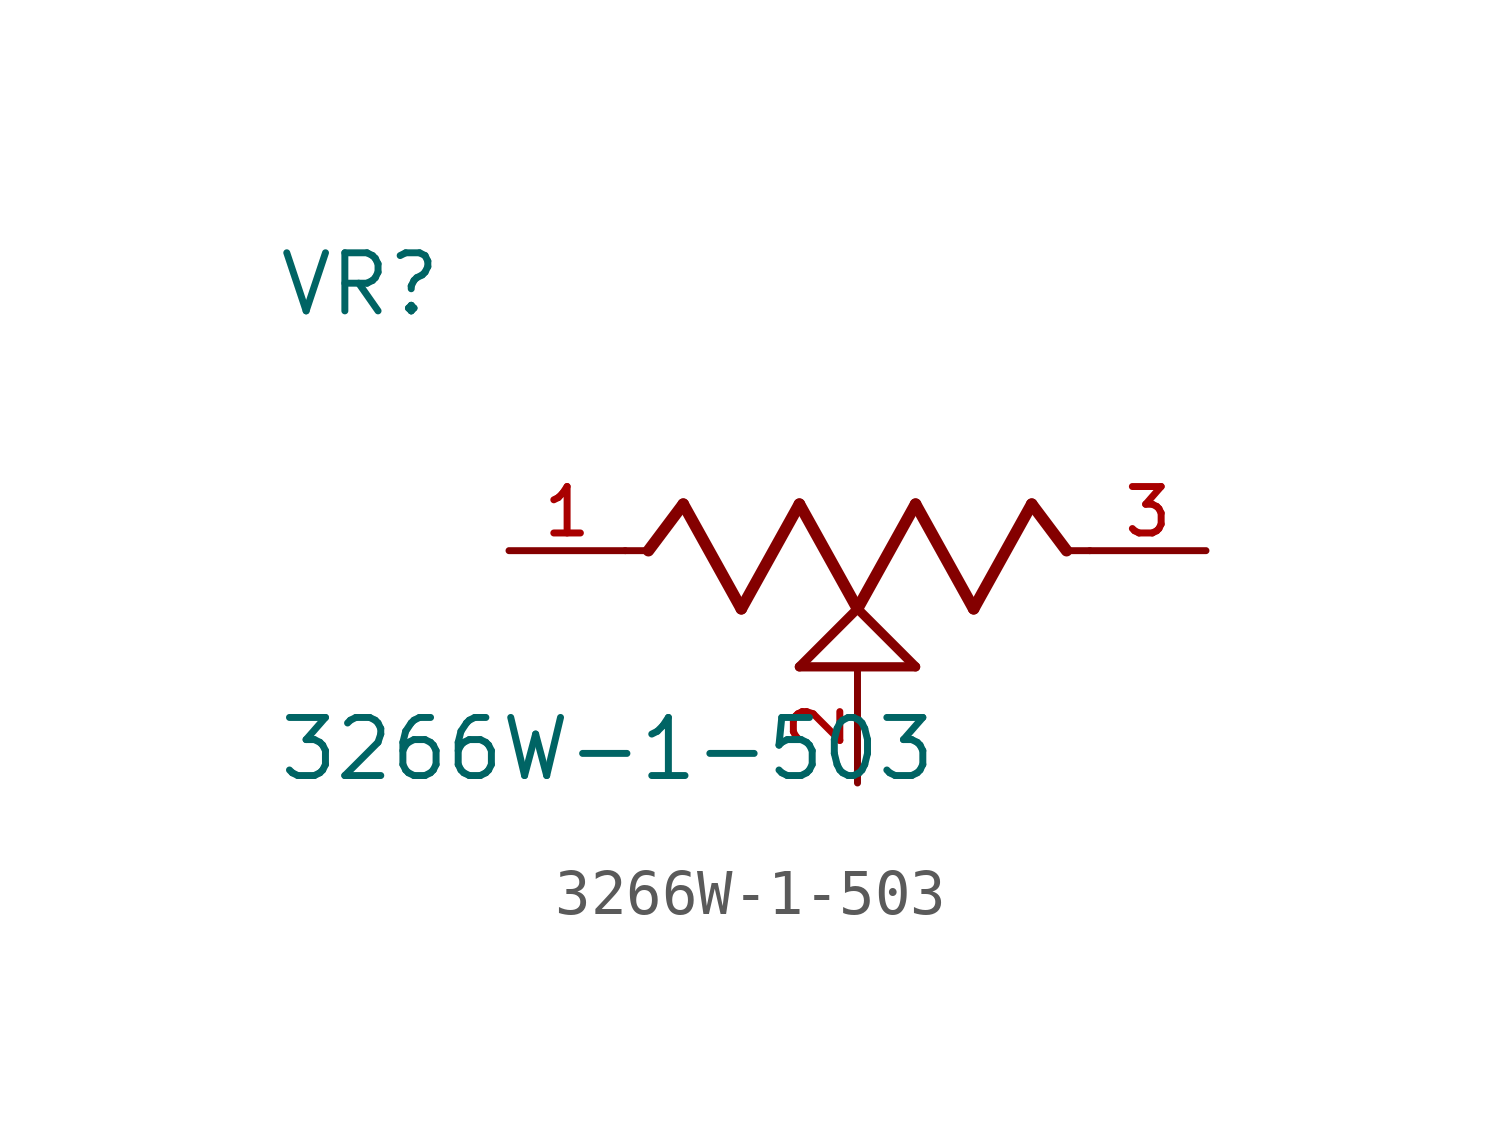
<source format=kicad_sym>
(kicad_symbol_lib
  (version 20211014)
  (generator kicad_symbol_editor)
  (symbol "3266W-1-503"
    (pin_names
      (offset 1.016))
    (property "Reference" "VR"
      (at -12.701 5.08 0)
      (effects (font (size 1.27 1.27)) (justify bottom left)))
    (property "Value" "3266W-1-503"
      (at -12.702 -5.081 0)
      (effects (font (size 1.27 1.27)) (justify bottom left)))
    (symbol "3266W-1-503_0_0"
      (polyline (pts (xy -5.08 0.0) (xy -4.572 0.0)) (stroke (width 0.152)))
      (polyline (pts (xy -4.572 0.0) (xy -3.81 1.016)) (stroke (width 0.254)))
      (polyline (pts (xy -3.81 1.016) (xy -2.54 -1.27)) (stroke (width 0.254)))
      (polyline (pts (xy -2.54 -1.27) (xy -1.27 1.016)) (stroke (width 0.254)))
      (polyline (pts (xy -1.27 1.016) (xy 0.0 -1.27)) (stroke (width 0.254)))
      (polyline (pts (xy 0.0 -1.27) (xy 1.27 1.016)) (stroke (width 0.254)))
      (polyline (pts (xy 1.27 1.016) (xy 2.54 -1.27)) (stroke (width 0.254)))
      (polyline (pts (xy 2.54 -1.27) (xy 3.81 1.016)) (stroke (width 0.254)))
      (polyline (pts (xy 3.81 1.016) (xy 4.572 0.0)) (stroke (width 0.254)))
      (polyline (pts (xy 4.572 0.0) (xy 5.08 0.0)) (stroke (width 0.152)))
      (polyline (pts (xy 0.0 -1.27) (xy 1.27 -2.54)) (stroke (width 0.203)))
      (polyline (pts (xy -1.27 -2.54) (xy 0.0 -1.27)) (stroke (width 0.203)))
      (polyline (pts (xy 1.27 -2.54) (xy -1.27 -2.54)) (stroke (width 0.203)))
      (pin passive line (at -7.62 0.0 0) (length 2.54) (name "~" (effects (font (size 1.016 1.016)))) (number "1" (effects (font (size 1.016 1.016)))))
      (pin passive line (at 7.62 0.0 180.0) (length 2.54) (name "~" (effects (font (size 1.016 1.016)))) (number "3" (effects (font (size 1.016 1.016)))))
      (pin passive line (at 0.0 -5.08 90.0) (length 2.54) (name "~" (effects (font (size 1.016 1.016)))) (number "2" (effects (font (size 1.016 1.016))))))))
</source>
